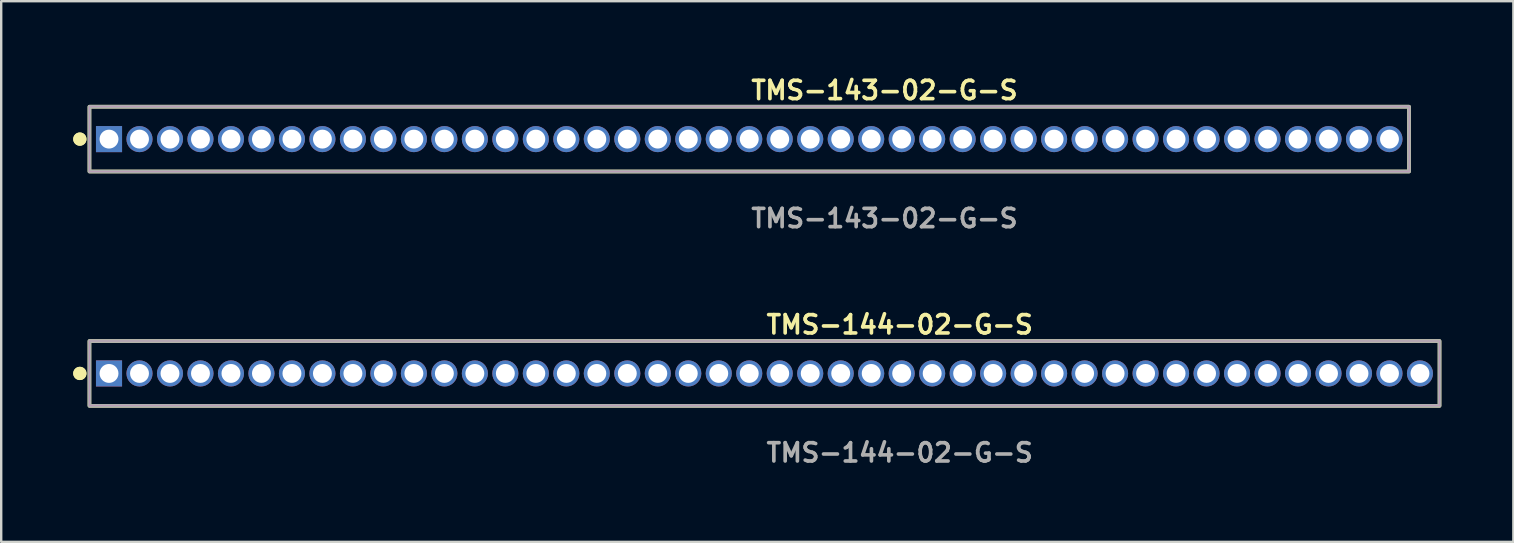
<source format=kicad_pcb>
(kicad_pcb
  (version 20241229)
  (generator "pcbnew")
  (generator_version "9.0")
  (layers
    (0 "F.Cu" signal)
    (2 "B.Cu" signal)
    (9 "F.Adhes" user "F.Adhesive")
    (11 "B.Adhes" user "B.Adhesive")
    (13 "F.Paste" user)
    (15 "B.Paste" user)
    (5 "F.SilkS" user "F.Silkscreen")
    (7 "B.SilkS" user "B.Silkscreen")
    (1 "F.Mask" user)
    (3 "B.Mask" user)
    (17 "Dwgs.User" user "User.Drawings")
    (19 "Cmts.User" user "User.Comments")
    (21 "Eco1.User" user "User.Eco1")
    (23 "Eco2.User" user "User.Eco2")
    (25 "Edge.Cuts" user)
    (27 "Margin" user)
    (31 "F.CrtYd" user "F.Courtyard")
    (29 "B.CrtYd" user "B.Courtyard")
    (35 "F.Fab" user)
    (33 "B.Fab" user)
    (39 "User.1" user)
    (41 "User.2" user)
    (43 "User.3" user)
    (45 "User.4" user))
  (footprint "TMS-144-02-G-S"
    (layer "F.Cu")
    (at 28.796 12.506)
    (property "Reference" "TMS-144-02-G-S" (at 0 -2.032 0) (unlocked yes) (layer "F.SilkS") (effects (font (size 0.762 0.762) (thickness 0.152)) (justify left)))
    (fp_rect (start -28.12 1.35) (end 28.12 -1.35) (stroke (width 0.152) (type solid)) (fill no) (layer "F.SilkS"))
    (fp_circle (center -28.52 0) (end -28.72 0) (stroke (width 0.152) (type solid)) (fill yes) (layer "F.SilkS"))
    (fp_circle (center -28.52 0) (end -28.72 0) (stroke (width 0.152) (type solid)) (fill yes) (layer "F.SilkS"))
    (fp_rect (start -28.12 1.35) (end 28.12 -1.35) (stroke (width 0.006) (type solid)) (fill no) (layer "F.CrtYd"))
    (fp_rect (start -28.12 1.35) (end 28.12 -1.35) (stroke (width 0.152) (type solid)) (fill no) (layer "F.Fab"))
    (fp_text user "${REFERENCE}" (at 0 3.302 0) (unlocked yes) (layer "F.Fab") (effects (font (size 0.762 0.762) (thickness 0.152)) (justify left)))
    (pad "1" thru_hole rect (at -27.305 0) (size 1.087 1.087) (drill 0.787) (layers "*.Cu" "*.Mask"))
    (pad "2" thru_hole circle (at -26.035 0) (size 1.087 1.087) (drill 0.787) (layers "*.Cu" "*.Mask"))
    (pad "3" thru_hole circle (at -24.765 0) (size 1.087 1.087) (drill 0.787) (layers "*.Cu" "*.Mask"))
    (pad "4" thru_hole circle (at -23.495 0) (size 1.087 1.087) (drill 0.787) (layers "*.Cu" "*.Mask"))
    (pad "5" thru_hole circle (at -22.225 0) (size 1.087 1.087) (drill 0.787) (layers "*.Cu" "*.Mask"))
    (pad "6" thru_hole circle (at -20.955 0) (size 1.087 1.087) (drill 0.787) (layers "*.Cu" "*.Mask"))
    (pad "7" thru_hole circle (at -19.685 0) (size 1.087 1.087) (drill 0.787) (layers "*.Cu" "*.Mask"))
    (pad "8" thru_hole circle (at -18.415 0) (size 1.087 1.087) (drill 0.787) (layers "*.Cu" "*.Mask"))
    (pad "9" thru_hole circle (at -17.145 0) (size 1.087 1.087) (drill 0.787) (layers "*.Cu" "*.Mask"))
    (pad "10" thru_hole circle (at -15.875 0) (size 1.087 1.087) (drill 0.787) (layers "*.Cu" "*.Mask"))
    (pad "11" thru_hole circle (at -14.605 0) (size 1.087 1.087) (drill 0.787) (layers "*.Cu" "*.Mask"))
    (pad "12" thru_hole circle (at -13.335 0) (size 1.087 1.087) (drill 0.787) (layers "*.Cu" "*.Mask"))
    (pad "13" thru_hole circle (at -12.065 0) (size 1.087 1.087) (drill 0.787) (layers "*.Cu" "*.Mask"))
    (pad "14" thru_hole circle (at -10.795 0) (size 1.087 1.087) (drill 0.787) (layers "*.Cu" "*.Mask"))
    (pad "15" thru_hole circle (at -9.525 0) (size 1.087 1.087) (drill 0.787) (layers "*.Cu" "*.Mask"))
    (pad "16" thru_hole circle (at -8.255 0) (size 1.087 1.087) (drill 0.787) (layers "*.Cu" "*.Mask"))
    (pad "17" thru_hole circle (at -6.985 0) (size 1.087 1.087) (drill 0.787) (layers "*.Cu" "*.Mask"))
    (pad "18" thru_hole circle (at -5.715 0) (size 1.087 1.087) (drill 0.787) (layers "*.Cu" "*.Mask"))
    (pad "19" thru_hole circle (at -4.445 0) (size 1.087 1.087) (drill 0.787) (layers "*.Cu" "*.Mask"))
    (pad "20" thru_hole circle (at -3.175 0) (size 1.087 1.087) (drill 0.787) (layers "*.Cu" "*.Mask"))
    (pad "21" thru_hole circle (at -1.905 0) (size 1.087 1.087) (drill 0.787) (layers "*.Cu" "*.Mask"))
    (pad "22" thru_hole circle (at -0.635 0) (size 1.087 1.087) (drill 0.787) (layers "*.Cu" "*.Mask"))
    (pad "23" thru_hole circle (at 0.635 0) (size 1.087 1.087) (drill 0.787) (layers "*.Cu" "*.Mask"))
    (pad "24" thru_hole circle (at 1.905 0) (size 1.087 1.087) (drill 0.787) (layers "*.Cu" "*.Mask"))
    (pad "25" thru_hole circle (at 3.175 0) (size 1.087 1.087) (drill 0.787) (layers "*.Cu" "*.Mask"))
    (pad "26" thru_hole circle (at 4.445 0) (size 1.087 1.087) (drill 0.787) (layers "*.Cu" "*.Mask"))
    (pad "27" thru_hole circle (at 5.715 0) (size 1.087 1.087) (drill 0.787) (layers "*.Cu" "*.Mask"))
    (pad "28" thru_hole circle (at 6.985 0) (size 1.087 1.087) (drill 0.787) (layers "*.Cu" "*.Mask"))
    (pad "29" thru_hole circle (at 8.255 0) (size 1.087 1.087) (drill 0.787) (layers "*.Cu" "*.Mask"))
    (pad "30" thru_hole circle (at 9.525 0) (size 1.087 1.087) (drill 0.787) (layers "*.Cu" "*.Mask"))
    (pad "31" thru_hole circle (at 10.795 0) (size 1.087 1.087) (drill 0.787) (layers "*.Cu" "*.Mask"))
    (pad "32" thru_hole circle (at 12.065 0) (size 1.087 1.087) (drill 0.787) (layers "*.Cu" "*.Mask"))
    (pad "33" thru_hole circle (at 13.335 0) (size 1.087 1.087) (drill 0.787) (layers "*.Cu" "*.Mask"))
    (pad "34" thru_hole circle (at 14.605 0) (size 1.087 1.087) (drill 0.787) (layers "*.Cu" "*.Mask"))
    (pad "35" thru_hole circle (at 15.875 0) (size 1.087 1.087) (drill 0.787) (layers "*.Cu" "*.Mask"))
    (pad "36" thru_hole circle (at 17.145 0) (size 1.087 1.087) (drill 0.787) (layers "*.Cu" "*.Mask"))
    (pad "37" thru_hole circle (at 18.415 0) (size 1.087 1.087) (drill 0.787) (layers "*.Cu" "*.Mask"))
    (pad "38" thru_hole circle (at 19.685 0) (size 1.087 1.087) (drill 0.787) (layers "*.Cu" "*.Mask"))
    (pad "39" thru_hole circle (at 20.955 0) (size 1.087 1.087) (drill 0.787) (layers "*.Cu" "*.Mask"))
    (pad "40" thru_hole circle (at 22.225 0) (size 1.087 1.087) (drill 0.787) (layers "*.Cu" "*.Mask"))
    (pad "41" thru_hole circle (at 23.495 0) (size 1.087 1.087) (drill 0.787) (layers "*.Cu" "*.Mask"))
    (pad "42" thru_hole circle (at 24.765 0) (size 1.087 1.087) (drill 0.787) (layers "*.Cu" "*.Mask"))
    (pad "43" thru_hole circle (at 26.035 0) (size 1.087 1.087) (drill 0.787) (layers "*.Cu" "*.Mask"))
    (pad "44" thru_hole circle (at 27.305 0) (size 1.087 1.087) (drill 0.787) (layers "*.Cu" "*.Mask")))
  (footprint "TMS-143-02-G-S"
    (layer "F.Cu")
    (at 28.161 2.745)
    (property "Reference" "TMS-143-02-G-S" (at 0 -2.032 0) (unlocked yes) (layer "F.SilkS") (effects (font (size 0.762 0.762) (thickness 0.152)) (justify left)))
    (fp_rect (start -27.485 1.35) (end 27.485 -1.35) (stroke (width 0.152) (type solid)) (fill no) (layer "F.SilkS"))
    (fp_circle (center -27.885 0) (end -28.085 0) (stroke (width 0.152) (type solid)) (fill yes) (layer "F.SilkS"))
    (fp_circle (center -27.885 0) (end -28.085 0) (stroke (width 0.152) (type solid)) (fill yes) (layer "F.SilkS"))
    (fp_rect (start -27.485 1.35) (end 27.485 -1.35) (stroke (width 0.006) (type solid)) (fill no) (layer "F.CrtYd"))
    (fp_rect (start -27.485 1.35) (end 27.485 -1.35) (stroke (width 0.152) (type solid)) (fill no) (layer "F.Fab"))
    (fp_text user "${REFERENCE}" (at 0 3.302 0) (unlocked yes) (layer "F.Fab") (effects (font (size 0.762 0.762) (thickness 0.152)) (justify left)))
    (pad "1" thru_hole rect (at -26.67 0) (size 1.087 1.087) (drill 0.787) (layers "*.Cu" "*.Mask"))
    (pad "2" thru_hole circle (at -25.4 0) (size 1.087 1.087) (drill 0.787) (layers "*.Cu" "*.Mask"))
    (pad "3" thru_hole circle (at -24.13 0) (size 1.087 1.087) (drill 0.787) (layers "*.Cu" "*.Mask"))
    (pad "4" thru_hole circle (at -22.86 0) (size 1.087 1.087) (drill 0.787) (layers "*.Cu" "*.Mask"))
    (pad "5" thru_hole circle (at -21.59 0) (size 1.087 1.087) (drill 0.787) (layers "*.Cu" "*.Mask"))
    (pad "6" thru_hole circle (at -20.32 0) (size 1.087 1.087) (drill 0.787) (layers "*.Cu" "*.Mask"))
    (pad "7" thru_hole circle (at -19.05 0) (size 1.087 1.087) (drill 0.787) (layers "*.Cu" "*.Mask"))
    (pad "8" thru_hole circle (at -17.78 0) (size 1.087 1.087) (drill 0.787) (layers "*.Cu" "*.Mask"))
    (pad "9" thru_hole circle (at -16.51 0) (size 1.087 1.087) (drill 0.787) (layers "*.Cu" "*.Mask"))
    (pad "10" thru_hole circle (at -15.24 0) (size 1.087 1.087) (drill 0.787) (layers "*.Cu" "*.Mask"))
    (pad "11" thru_hole circle (at -13.97 0) (size 1.087 1.087) (drill 0.787) (layers "*.Cu" "*.Mask"))
    (pad "12" thru_hole circle (at -12.7 0) (size 1.087 1.087) (drill 0.787) (layers "*.Cu" "*.Mask"))
    (pad "13" thru_hole circle (at -11.43 0) (size 1.087 1.087) (drill 0.787) (layers "*.Cu" "*.Mask"))
    (pad "14" thru_hole circle (at -10.16 0) (size 1.087 1.087) (drill 0.787) (layers "*.Cu" "*.Mask"))
    (pad "15" thru_hole circle (at -8.89 0) (size 1.087 1.087) (drill 0.787) (layers "*.Cu" "*.Mask"))
    (pad "16" thru_hole circle (at -7.62 0) (size 1.087 1.087) (drill 0.787) (layers "*.Cu" "*.Mask"))
    (pad "17" thru_hole circle (at -6.35 0) (size 1.087 1.087) (drill 0.787) (layers "*.Cu" "*.Mask"))
    (pad "18" thru_hole circle (at -5.08 0) (size 1.087 1.087) (drill 0.787) (layers "*.Cu" "*.Mask"))
    (pad "19" thru_hole circle (at -3.81 0) (size 1.087 1.087) (drill 0.787) (layers "*.Cu" "*.Mask"))
    (pad "20" thru_hole circle (at -2.54 0) (size 1.087 1.087) (drill 0.787) (layers "*.Cu" "*.Mask"))
    (pad "21" thru_hole circle (at -1.27 0) (size 1.087 1.087) (drill 0.787) (layers "*.Cu" "*.Mask"))
    (pad "22" thru_hole circle (at 0 0) (size 1.087 1.087) (drill 0.787) (layers "*.Cu" "*.Mask"))
    (pad "23" thru_hole circle (at 1.27 0) (size 1.087 1.087) (drill 0.787) (layers "*.Cu" "*.Mask"))
    (pad "24" thru_hole circle (at 2.54 0) (size 1.087 1.087) (drill 0.787) (layers "*.Cu" "*.Mask"))
    (pad "25" thru_hole circle (at 3.81 0) (size 1.087 1.087) (drill 0.787) (layers "*.Cu" "*.Mask"))
    (pad "26" thru_hole circle (at 5.08 0) (size 1.087 1.087) (drill 0.787) (layers "*.Cu" "*.Mask"))
    (pad "27" thru_hole circle (at 6.35 0) (size 1.087 1.087) (drill 0.787) (layers "*.Cu" "*.Mask"))
    (pad "28" thru_hole circle (at 7.62 0) (size 1.087 1.087) (drill 0.787) (layers "*.Cu" "*.Mask"))
    (pad "29" thru_hole circle (at 8.89 0) (size 1.087 1.087) (drill 0.787) (layers "*.Cu" "*.Mask"))
    (pad "30" thru_hole circle (at 10.16 0) (size 1.087 1.087) (drill 0.787) (layers "*.Cu" "*.Mask"))
    (pad "31" thru_hole circle (at 11.43 0) (size 1.087 1.087) (drill 0.787) (layers "*.Cu" "*.Mask"))
    (pad "32" thru_hole circle (at 12.7 0) (size 1.087 1.087) (drill 0.787) (layers "*.Cu" "*.Mask"))
    (pad "33" thru_hole circle (at 13.97 0) (size 1.087 1.087) (drill 0.787) (layers "*.Cu" "*.Mask"))
    (pad "34" thru_hole circle (at 15.24 0) (size 1.087 1.087) (drill 0.787) (layers "*.Cu" "*.Mask"))
    (pad "35" thru_hole circle (at 16.51 0) (size 1.087 1.087) (drill 0.787) (layers "*.Cu" "*.Mask"))
    (pad "36" thru_hole circle (at 17.78 0) (size 1.087 1.087) (drill 0.787) (layers "*.Cu" "*.Mask"))
    (pad "37" thru_hole circle (at 19.05 0) (size 1.087 1.087) (drill 0.787) (layers "*.Cu" "*.Mask"))
    (pad "38" thru_hole circle (at 20.32 0) (size 1.087 1.087) (drill 0.787) (layers "*.Cu" "*.Mask"))
    (pad "39" thru_hole circle (at 21.59 0) (size 1.087 1.087) (drill 0.787) (layers "*.Cu" "*.Mask"))
    (pad "40" thru_hole circle (at 22.86 0) (size 1.087 1.087) (drill 0.787) (layers "*.Cu" "*.Mask"))
    (pad "41" thru_hole circle (at 24.13 0) (size 1.087 1.087) (drill 0.787) (layers "*.Cu" "*.Mask"))
    (pad "42" thru_hole circle (at 25.4 0) (size 1.087 1.087) (drill 0.787) (layers "*.Cu" "*.Mask"))
    (pad "43" thru_hole circle (at 26.67 0) (size 1.087 1.087) (drill 0.787) (layers "*.Cu" "*.Mask")))
  (gr_rect
    (start -3 -3)
    (end 59.992 19.521)
    (stroke (width 0.1) (type default))
    (fill no)
    (layer "Edge.Cuts")))
</source>
